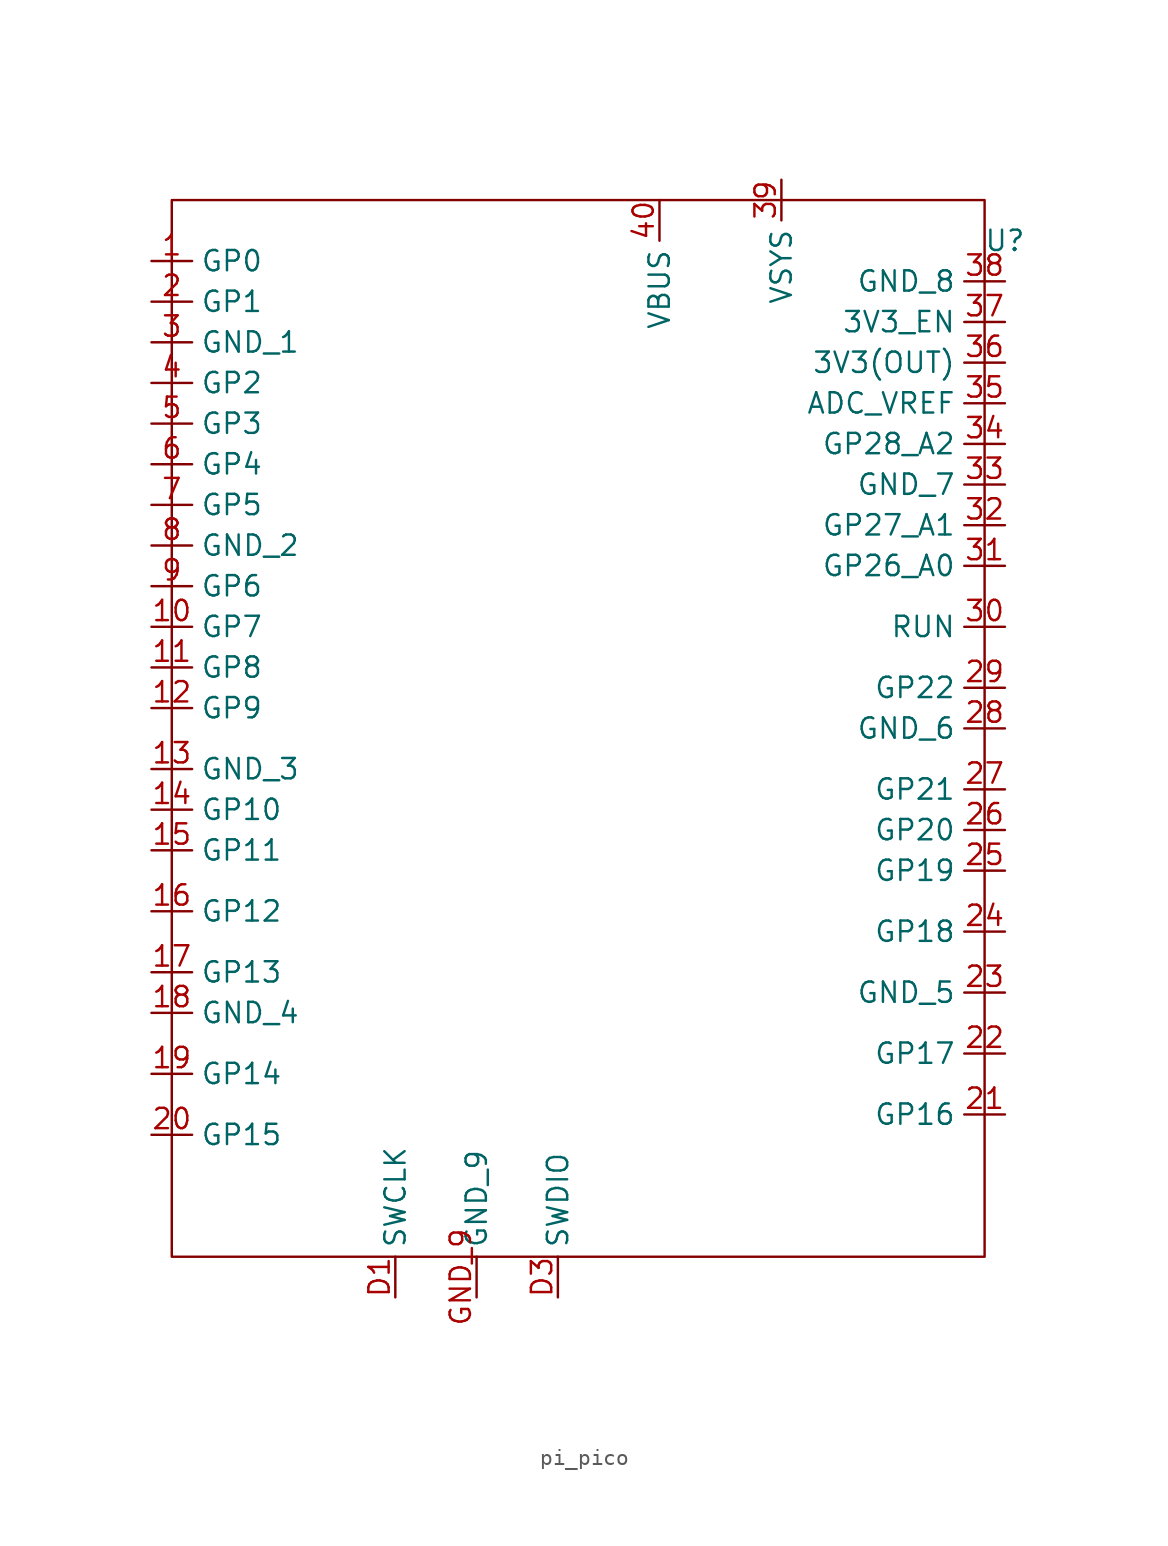
<source format=kicad_sym>
(kicad_symbol_lib
  (version 20220914)
  (generator kicad_symbol_editor)
  (symbol "pi_pico"
    (property "Reference" "U"
      (at 0 0 0)
      (effects (font (size 1.27 1.27))))
    (property "Value" ""
      (at 0 0 0)
      (effects (font (size 1.27 1.27))))
    (symbol "pi_pico_0_1"
      (rectangle (start -52.07 2.54) (end -1.27 -63.5) (stroke (width 0) (type default)) (fill (type none))))
    (symbol "pi_pico_1_1"
      (pin free line (at -53.34 -1.27 0) (length 2.54) (name "GP0" (effects (font (size 1.27 1.27)))) (number "1" (effects (font (size 1.27 1.27)))))
      (pin free line (at -53.34 -24.13 0) (length 2.54) (name "GP7" (effects (font (size 1.27 1.27)))) (number "10" (effects (font (size 1.27 1.27)))))
      (pin free line (at -53.34 -26.67 0) (length 2.54) (name "GP8" (effects (font (size 1.27 1.27)))) (number "11" (effects (font (size 1.27 1.27)))))
      (pin free line (at -53.34 -29.21 0) (length 2.54) (name "GP9" (effects (font (size 1.27 1.27)))) (number "12" (effects (font (size 1.27 1.27)))))
      (pin free line (at -53.34 -33.02 0) (length 2.54) (name "GND_3" (effects (font (size 1.27 1.27)))) (number "13" (effects (font (size 1.27 1.27)))))
      (pin free line (at -53.34 -35.56 0) (length 2.54) (name "GP10" (effects (font (size 1.27 1.27)))) (number "14" (effects (font (size 1.27 1.27)))))
      (pin free line (at -53.34 -38.1 0) (length 2.54) (name "GP11" (effects (font (size 1.27 1.27)))) (number "15" (effects (font (size 1.27 1.27)))))
      (pin free line (at -53.34 -41.91 0) (length 2.54) (name "GP12" (effects (font (size 1.27 1.27)))) (number "16" (effects (font (size 1.27 1.27)))))
      (pin free line (at -53.34 -45.72 0) (length 2.54) (name "GP13" (effects (font (size 1.27 1.27)))) (number "17" (effects (font (size 1.27 1.27)))))
      (pin free line (at -53.34 -48.26 0) (length 2.54) (name "GND_4" (effects (font (size 1.27 1.27)))) (number "18" (effects (font (size 1.27 1.27)))))
      (pin free line (at -53.34 -52.07 0) (length 2.54) (name "GP14" (effects (font (size 1.27 1.27)))) (number "19" (effects (font (size 1.27 1.27)))))
      (pin free line (at -53.34 -3.81 0) (length 2.54) (name "GP1" (effects (font (size 1.27 1.27)))) (number "2" (effects (font (size 1.27 1.27)))))
      (pin free line (at -53.34 -55.88 0) (length 2.54) (name "GP15" (effects (font (size 1.27 1.27)))) (number "20" (effects (font (size 1.27 1.27)))))
      (pin free line (at 0 -54.61 180) (length 2.54) (name "GP16" (effects (font (size 1.27 1.27)))) (number "21" (effects (font (size 1.27 1.27)))))
      (pin free line (at 0 -50.8 180) (length 2.54) (name "GP17" (effects (font (size 1.27 1.27)))) (number "22" (effects (font (size 1.27 1.27)))))
      (pin free line (at 0 -46.99 180) (length 2.54) (name "GND_5" (effects (font (size 1.27 1.27)))) (number "23" (effects (font (size 1.27 1.27)))))
      (pin free line (at 0 -43.18 180) (length 2.54) (name "GP18" (effects (font (size 1.27 1.27)))) (number "24" (effects (font (size 1.27 1.27)))))
      (pin free line (at 0 -39.37 180) (length 2.54) (name "GP19" (effects (font (size 1.27 1.27)))) (number "25" (effects (font (size 1.27 1.27)))))
      (pin free line (at 0 -36.83 180) (length 2.54) (name "GP20" (effects (font (size 1.27 1.27)))) (number "26" (effects (font (size 1.27 1.27)))))
      (pin free line (at 0 -34.29 180) (length 2.54) (name "GP21" (effects (font (size 1.27 1.27)))) (number "27" (effects (font (size 1.27 1.27)))))
      (pin free line (at 0 -30.48 180) (length 2.54) (name "GND_6" (effects (font (size 1.27 1.27)))) (number "28" (effects (font (size 1.27 1.27)))))
      (pin free line (at 0 -27.94 180) (length 2.54) (name "GP22" (effects (font (size 1.27 1.27)))) (number "29" (effects (font (size 1.27 1.27)))))
      (pin free line (at -53.34 -6.35 0) (length 2.54) (name "GND_1" (effects (font (size 1.27 1.27)))) (number "3" (effects (font (size 1.27 1.27)))))
      (pin free line (at 0 -24.13 180) (length 2.54) (name "RUN" (effects (font (size 1.27 1.27)))) (number "30" (effects (font (size 1.27 1.27)))))
      (pin free line (at 0 -20.32 180) (length 2.54) (name "GP26_A0" (effects (font (size 1.27 1.27)))) (number "31" (effects (font (size 1.27 1.27)))))
      (pin free line (at 0 -17.78 180) (length 2.54) (name "GP27_A1" (effects (font (size 1.27 1.27)))) (number "32" (effects (font (size 1.27 1.27)))))
      (pin free line (at 0 -15.24 180) (length 2.54) (name "GND_7" (effects (font (size 1.27 1.27)))) (number "33" (effects (font (size 1.27 1.27)))))
      (pin free line (at 0 -12.7 180) (length 2.54) (name "GP28_A2" (effects (font (size 1.27 1.27)))) (number "34" (effects (font (size 1.27 1.27)))))
      (pin free line (at 0 -10.16 180) (length 2.54) (name "ADC_VREF" (effects (font (size 1.27 1.27)))) (number "35" (effects (font (size 1.27 1.27)))))
      (pin free line (at 0 -7.62 180) (length 2.54) (name "3V3(OUT)" (effects (font (size 1.27 1.27)))) (number "36" (effects (font (size 1.27 1.27)))))
      (pin free line (at 0 -5.08 180) (length 2.54) (name "3V3_EN" (effects (font (size 1.27 1.27)))) (number "37" (effects (font (size 1.27 1.27)))))
      (pin free line (at 0 -2.54 180) (length 2.54) (name "GND_8" (effects (font (size 1.27 1.27)))) (number "38" (effects (font (size 1.27 1.27)))))
      (pin free line (at -13.97 3.81 270) (length 2.54) (name "VSYS" (effects (font (size 1.27 1.27)))) (number "39" (effects (font (size 1.27 1.27)))))
      (pin free line (at -53.34 -8.89 0) (length 2.54) (name "GP2" (effects (font (size 1.27 1.27)))) (number "4" (effects (font (size 1.27 1.27)))))
      (pin free line (at -21.59 2.54 270) (length 2.54) (name "VBUS" (effects (font (size 1.27 1.27)))) (number "40" (effects (font (size 1.27 1.27)))))
      (pin free line (at -53.34 -11.43 0) (length 2.54) (name "GP3" (effects (font (size 1.27 1.27)))) (number "5" (effects (font (size 1.27 1.27)))))
      (pin free line (at -53.34 -13.97 0) (length 2.54) (name "GP4" (effects (font (size 1.27 1.27)))) (number "6" (effects (font (size 1.27 1.27)))))
      (pin free line (at -53.34 -16.51 0) (length 2.54) (name "GP5" (effects (font (size 1.27 1.27)))) (number "7" (effects (font (size 1.27 1.27)))))
      (pin free line (at -53.34 -19.05 0) (length 2.54) (name "GND_2" (effects (font (size 1.27 1.27)))) (number "8" (effects (font (size 1.27 1.27)))))
      (pin free line (at -53.34 -21.59 0) (length 2.54) (name "GP6" (effects (font (size 1.27 1.27)))) (number "9" (effects (font (size 1.27 1.27)))))
      (pin free line (at -38.1 -66.04 90) (length 2.54) (name "SWCLK" (effects (font (size 1.27 1.27)))) (number "D1" (effects (font (size 1.27 1.27)))))
      (pin free line (at -27.94 -66.04 90) (length 2.54) (name "SWDIO" (effects (font (size 1.27 1.27)))) (number "D3" (effects (font (size 1.27 1.27)))))
      (pin free line (at -33.02 -66.04 90) (length 2.54) (name "GND_9" (effects (font (size 1.27 1.27)))) (number "GND_9" (effects (font (size 1.27 1.27))))))))
</source>
